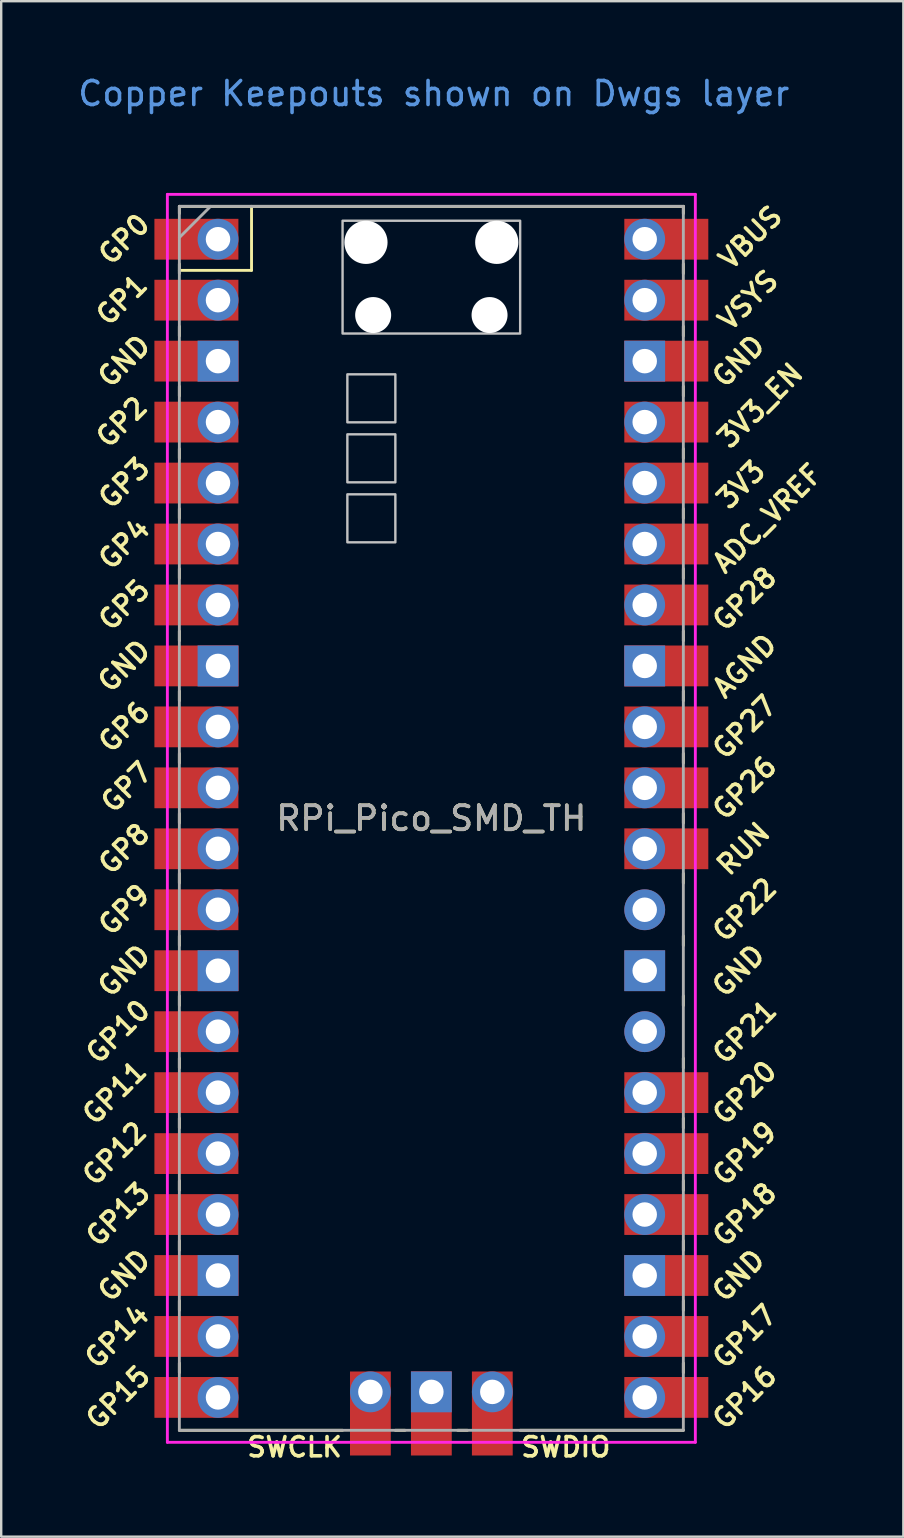
<source format=kicad_pcb>
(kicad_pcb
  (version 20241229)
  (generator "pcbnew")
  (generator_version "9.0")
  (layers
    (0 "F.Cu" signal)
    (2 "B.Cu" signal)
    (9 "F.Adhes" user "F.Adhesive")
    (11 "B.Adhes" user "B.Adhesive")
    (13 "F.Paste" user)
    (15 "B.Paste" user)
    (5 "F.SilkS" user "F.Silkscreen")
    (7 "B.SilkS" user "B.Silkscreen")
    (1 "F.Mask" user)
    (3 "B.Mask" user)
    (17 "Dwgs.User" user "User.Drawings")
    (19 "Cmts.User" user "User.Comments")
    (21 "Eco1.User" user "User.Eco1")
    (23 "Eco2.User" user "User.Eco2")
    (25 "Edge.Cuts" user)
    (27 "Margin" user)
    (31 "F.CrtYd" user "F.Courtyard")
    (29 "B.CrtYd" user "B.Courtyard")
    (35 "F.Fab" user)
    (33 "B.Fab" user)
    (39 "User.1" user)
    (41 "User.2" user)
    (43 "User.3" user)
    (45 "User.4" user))
  (footprint "RPi_Pico_SMD_TH"
    (layer "F.Cu")
    (at 14.924 31.048)
    (property "Reference" "RPi_Pico_SMD_TH" (at 0 0 0) (layer "F.SilkS") (effects (font (size 1 1) (thickness 0.15))))
    (attr through_hole)
    (fp_line (start -10.5 -25.5) (end -10.5 -25.2) (stroke (width 0.12) (type solid)) (layer "F.SilkS"))
    (fp_line (start -10.5 -25.5) (end 10.5 -25.5) (stroke (width 0.12) (type solid)) (layer "F.SilkS"))
    (fp_line (start -10.5 -23.1) (end -10.5 -22.7) (stroke (width 0.12) (type solid)) (layer "F.SilkS"))
    (fp_line (start -10.5 -22.833) (end -7.493 -22.833) (stroke (width 0.12) (type solid)) (layer "F.SilkS"))
    (fp_line (start -10.5 -20.5) (end -10.5 -20.1) (stroke (width 0.12) (type solid)) (layer "F.SilkS"))
    (fp_line (start -10.5 -18) (end -10.5 -17.6) (stroke (width 0.12) (type solid)) (layer "F.SilkS"))
    (fp_line (start -10.5 -15.4) (end -10.5 -15) (stroke (width 0.12) (type solid)) (layer "F.SilkS"))
    (fp_line (start -10.5 -12.9) (end -10.5 -12.5) (stroke (width 0.12) (type solid)) (layer "F.SilkS"))
    (fp_line (start -10.5 -10.4) (end -10.5 -10) (stroke (width 0.12) (type solid)) (layer "F.SilkS"))
    (fp_line (start -10.5 -7.8) (end -10.5 -7.4) (stroke (width 0.12) (type solid)) (layer "F.SilkS"))
    (fp_line (start -10.5 -5.3) (end -10.5 -4.9) (stroke (width 0.12) (type solid)) (layer "F.SilkS"))
    (fp_line (start -10.5 -2.7) (end -10.5 -2.3) (stroke (width 0.12) (type solid)) (layer "F.SilkS"))
    (fp_line (start -10.5 -0.2) (end -10.5 0.2) (stroke (width 0.12) (type solid)) (layer "F.SilkS"))
    (fp_line (start -10.5 2.3) (end -10.5 2.7) (stroke (width 0.12) (type solid)) (layer "F.SilkS"))
    (fp_line (start -10.5 4.9) (end -10.5 5.3) (stroke (width 0.12) (type solid)) (layer "F.SilkS"))
    (fp_line (start -10.5 7.4) (end -10.5 7.8) (stroke (width 0.12) (type solid)) (layer "F.SilkS"))
    (fp_line (start -10.5 10) (end -10.5 10.4) (stroke (width 0.12) (type solid)) (layer "F.SilkS"))
    (fp_line (start -10.5 12.5) (end -10.5 12.9) (stroke (width 0.12) (type solid)) (layer "F.SilkS"))
    (fp_line (start -10.5 15.1) (end -10.5 15.5) (stroke (width 0.12) (type solid)) (layer "F.SilkS"))
    (fp_line (start -10.5 17.6) (end -10.5 18) (stroke (width 0.12) (type solid)) (layer "F.SilkS"))
    (fp_line (start -10.5 20.1) (end -10.5 20.5) (stroke (width 0.12) (type solid)) (layer "F.SilkS"))
    (fp_line (start -10.5 22.7) (end -10.5 23.1) (stroke (width 0.12) (type solid)) (layer "F.SilkS"))
    (fp_line (start -7.493 -22.833) (end -7.493 -25.5) (stroke (width 0.12) (type solid)) (layer "F.SilkS"))
    (fp_line (start -3.7 25.5) (end -10.5 25.5) (stroke (width 0.12) (type solid)) (layer "F.SilkS"))
    (fp_line (start -1.5 25.5) (end -1.1 25.5) (stroke (width 0.12) (type solid)) (layer "F.SilkS"))
    (fp_line (start 1.1 25.5) (end 1.5 25.5) (stroke (width 0.12) (type solid)) (layer "F.SilkS"))
    (fp_line (start 10.5 -25.5) (end 10.5 -25.2) (stroke (width 0.12) (type solid)) (layer "F.SilkS"))
    (fp_line (start 10.5 -23.1) (end 10.5 -22.7) (stroke (width 0.12) (type solid)) (layer "F.SilkS"))
    (fp_line (start 10.5 -20.5) (end 10.5 -20.1) (stroke (width 0.12) (type solid)) (layer "F.SilkS"))
    (fp_line (start 10.5 -18) (end 10.5 -17.6) (stroke (width 0.12) (type solid)) (layer "F.SilkS"))
    (fp_line (start 10.5 -15.4) (end 10.5 -15) (stroke (width 0.12) (type solid)) (layer "F.SilkS"))
    (fp_line (start 10.5 -12.9) (end 10.5 -12.5) (stroke (width 0.12) (type solid)) (layer "F.SilkS"))
    (fp_line (start 10.5 -10.4) (end 10.5 -10) (stroke (width 0.12) (type solid)) (layer "F.SilkS"))
    (fp_line (start 10.5 -7.8) (end 10.5 -7.4) (stroke (width 0.12) (type solid)) (layer "F.SilkS"))
    (fp_line (start 10.5 -5.3) (end 10.5 -4.9) (stroke (width 0.12) (type solid)) (layer "F.SilkS"))
    (fp_line (start 10.5 -2.7) (end 10.5 -2.3) (stroke (width 0.12) (type solid)) (layer "F.SilkS"))
    (fp_line (start 10.5 -0.2) (end 10.5 0.2) (stroke (width 0.12) (type solid)) (layer "F.SilkS"))
    (fp_line (start 10.5 2.3) (end 10.5 2.7) (stroke (width 0.12) (type solid)) (layer "F.SilkS"))
    (fp_line (start 10.5 4.9) (end 10.5 5.3) (stroke (width 0.12) (type solid)) (layer "F.SilkS"))
    (fp_line (start 10.5 7.4) (end 10.5 7.8) (stroke (width 0.12) (type solid)) (layer "F.SilkS"))
    (fp_line (start 10.5 10) (end 10.5 10.4) (stroke (width 0.12) (type solid)) (layer "F.SilkS"))
    (fp_line (start 10.5 12.5) (end 10.5 12.9) (stroke (width 0.12) (type solid)) (layer "F.SilkS"))
    (fp_line (start 10.5 15.1) (end 10.5 15.5) (stroke (width 0.12) (type solid)) (layer "F.SilkS"))
    (fp_line (start 10.5 17.6) (end 10.5 18) (stroke (width 0.12) (type solid)) (layer "F.SilkS"))
    (fp_line (start 10.5 20.1) (end 10.5 20.5) (stroke (width 0.12) (type solid)) (layer "F.SilkS"))
    (fp_line (start 10.5 22.7) (end 10.5 23.1) (stroke (width 0.12) (type solid)) (layer "F.SilkS"))
    (fp_line (start 10.5 25.5) (end 3.7 25.5) (stroke (width 0.12) (type solid)) (layer "F.SilkS"))
    (fp_poly (pts (xy -1.5 -16.5) (xy -3.5 -16.5) (xy -3.5 -18.5) (xy -1.5 -18.5)) (stroke (width 0.1) (type solid)) (fill no) (layer "Dwgs.User"))
    (fp_poly (pts (xy -1.5 -14) (xy -3.5 -14) (xy -3.5 -16) (xy -1.5 -16)) (stroke (width 0.1) (type solid)) (fill no) (layer "Dwgs.User"))
    (fp_poly (pts (xy -1.5 -11.5) (xy -3.5 -11.5) (xy -3.5 -13.5) (xy -1.5 -13.5)) (stroke (width 0.1) (type solid)) (fill no) (layer "Dwgs.User"))
    (fp_poly (pts (xy 3.7 -20.2) (xy -3.7 -20.2) (xy -3.7 -24.9) (xy 3.7 -24.9)) (stroke (width 0.1) (type solid)) (fill no) (layer "Dwgs.User"))
    (fp_line (start -11 -26) (end 11 -26) (stroke (width 0.12) (type solid)) (layer "F.CrtYd"))
    (fp_line (start -11 26) (end -11 -26) (stroke (width 0.12) (type solid)) (layer "F.CrtYd"))
    (fp_line (start 11 -26) (end 11 26) (stroke (width 0.12) (type solid)) (layer "F.CrtYd"))
    (fp_line (start 11 26) (end -11 26) (stroke (width 0.12) (type solid)) (layer "F.CrtYd"))
    (fp_line (start -10.5 -25.5) (end 10.5 -25.5) (stroke (width 0.12) (type solid)) (layer "F.Fab"))
    (fp_line (start -10.5 -24.2) (end -9.2 -25.5) (stroke (width 0.12) (type solid)) (layer "F.Fab"))
    (fp_line (start -10.5 25.5) (end -10.5 -25.5) (stroke (width 0.12) (type solid)) (layer "F.Fab"))
    (fp_line (start 10.5 -25.5) (end 10.5 25.5) (stroke (width 0.12) (type solid)) (layer "F.Fab"))
    (fp_line (start 10.5 25.5) (end -10.5 25.5) (stroke (width 0.12) (type solid)) (layer "F.Fab"))
    (fp_text user "GP21" (at 13.054 8.9 45) (layer "F.SilkS") (effects (font (size 0.8 0.8) (thickness 0.15))))
    (fp_text user "VBUS" (at 13.3 -24.2 45) (layer "F.SilkS") (effects (font (size 0.8 0.8) (thickness 0.15))))
    (fp_text user "GND" (at 12.8 -19.05 45) (layer "F.SilkS") (effects (font (size 0.8 0.8) (thickness 0.15))))
    (fp_text user "GP0" (at -12.8 -24.13 45) (layer "F.SilkS") (effects (font (size 0.8 0.8) (thickness 0.15))))
    (fp_text user "GP8" (at -12.8 1.27 45) (layer "F.SilkS") (effects (font (size 0.8 0.8) (thickness 0.15))))
    (fp_text user "GP18" (at 13.054 16.51 45) (layer "F.SilkS") (effects (font (size 0.8 0.8) (thickness 0.15))))
    (fp_text user "GP22" (at 13.054 3.81 45) (layer "F.SilkS") (effects (font (size 0.8 0.8) (thickness 0.15))))
    (fp_text user "GP19" (at 13.054 13.97 45) (layer "F.SilkS") (effects (font (size 0.8 0.8) (thickness 0.15))))
    (fp_text user "GP11" (at -13.2 11.43 45) (layer "F.SilkS") (effects (font (size 0.8 0.8) (thickness 0.15))))
    (fp_text user "GP20" (at 13.054 11.43 45) (layer "F.SilkS") (effects (font (size 0.8 0.8) (thickness 0.15))))
    (fp_text user "GP16" (at 13.054 24.13 45) (layer "F.SilkS") (effects (font (size 0.8 0.8) (thickness 0.15))))
    (fp_text user "3V3" (at 12.9 -13.9 45) (layer "F.SilkS") (effects (font (size 0.8 0.8) (thickness 0.15))))
    (fp_text user "GND" (at 12.8 6.35 45) (layer "F.SilkS") (effects (font (size 0.8 0.8) (thickness 0.15))))
    (fp_text user "GP9" (at -12.8 3.81 45) (layer "F.SilkS") (effects (font (size 0.8 0.8) (thickness 0.15))))
    (fp_text user "GND" (at -12.8 -6.35 45) (layer "F.SilkS") (effects (font (size 0.8 0.8) (thickness 0.15))))
    (fp_text user "SWDIO" (at 5.6 26.2 0) (layer "F.SilkS") (effects (font (size 0.8 0.8) (thickness 0.15))))
    (fp_text user "GP6" (at -12.8 -3.81 45) (layer "F.SilkS") (effects (font (size 0.8 0.8) (thickness 0.15))))
    (fp_text user "GP5" (at -12.8 -8.89 45) (layer "F.SilkS") (effects (font (size 0.8 0.8) (thickness 0.15))))
    (fp_text user "ADC_VREF" (at 14 -12.5 45) (layer "F.SilkS") (effects (font (size 0.8 0.8) (thickness 0.15))))
    (fp_text user "RUN" (at 13 1.27 45) (layer "F.SilkS") (effects (font (size 0.8 0.8) (thickness 0.15))))
    (fp_text user "GP7" (at -12.7 -1.3 45) (layer "F.SilkS") (effects (font (size 0.8 0.8) (thickness 0.15))))
    (fp_text user "GP10" (at -13.054 8.89 45) (layer "F.SilkS") (effects (font (size 0.8 0.8) (thickness 0.15))))
    (fp_text user "SWCLK" (at -5.7 26.2 0) (layer "F.SilkS") (effects (font (size 0.8 0.8) (thickness 0.15))))
    (fp_text user "GP2" (at -12.9 -16.51 45) (layer "F.SilkS") (effects (font (size 0.8 0.8) (thickness 0.15))))
    (fp_text user "AGND" (at 13.054 -6.35 45) (layer "F.SilkS") (effects (font (size 0.8 0.8) (thickness 0.15))))
    (fp_text user "3V3_EN" (at 13.7 -17.2 45) (layer "F.SilkS") (effects (font (size 0.8 0.8) (thickness 0.15))))
    (fp_text user "GP14" (at -13.1 21.59 45) (layer "F.SilkS") (effects (font (size 0.8 0.8) (thickness 0.15))))
    (fp_text user "GP15" (at -13.054 24.13 45) (layer "F.SilkS") (effects (font (size 0.8 0.8) (thickness 0.15))))
    (fp_text user "GP13" (at -13.054 16.51 45) (layer "F.SilkS") (effects (font (size 0.8 0.8) (thickness 0.15))))
    (fp_text user "GND" (at -12.8 6.35 45) (layer "F.SilkS") (effects (font (size 0.8 0.8) (thickness 0.15))))
    (fp_text user "GND" (at -12.8 19.05 45) (layer "F.SilkS") (effects (font (size 0.8 0.8) (thickness 0.15))))
    (fp_text user "GP12" (at -13.2 13.97 45) (layer "F.SilkS") (effects (font (size 0.8 0.8) (thickness 0.15))))
    (fp_text user "VSYS" (at 13.2 -21.59 45) (layer "F.SilkS") (effects (font (size 0.8 0.8) (thickness 0.15))))
    (fp_text user "GP17" (at 13.054 21.59 45) (layer "F.SilkS") (effects (font (size 0.8 0.8) (thickness 0.15))))
    (fp_text user "GP3" (at -12.8 -13.97 45) (layer "F.SilkS") (effects (font (size 0.8 0.8) (thickness 0.15))))
    (fp_text user "GP1" (at -12.9 -21.6 45) (layer "F.SilkS") (effects (font (size 0.8 0.8) (thickness 0.15))))
    (fp_text user "GP26" (at 13.054 -1.27 45) (layer "F.SilkS") (effects (font (size 0.8 0.8) (thickness 0.15))))
    (fp_text user "GP4" (at -12.8 -11.43 45) (layer "F.SilkS") (effects (font (size 0.8 0.8) (thickness 0.15))))
    (fp_text user "GP28" (at 13.054 -9.144 45) (layer "F.SilkS") (effects (font (size 0.8 0.8) (thickness 0.15))))
    (fp_text user "GND" (at -12.8 -19.05 45) (layer "F.SilkS") (effects (font (size 0.8 0.8) (thickness 0.15))))
    (fp_text user "GP27" (at 13.054 -3.8 45) (layer "F.SilkS") (effects (font (size 0.8 0.8) (thickness 0.15))))
    (fp_text user "GND" (at 12.8 19.05 45) (layer "F.SilkS") (effects (font (size 0.8 0.8) (thickness 0.15))))
    (fp_text user "Copper Keepouts shown on Dwgs layer" (at 0.1 -30.2 0) (layer "Cmts.User") (effects (font (size 1 1) (thickness 0.15))))
    (fp_text user "${REFERENCE}" (at 0 0 180) (layer "F.Fab") (effects (font (size 1 1) (thickness 0.15))))
    (pad "" np_thru_hole oval (at -2.725 -24) (size 1.8 1.8) (drill 1.8) (layers "*.Cu" "*.Mask"))
    (pad "" np_thru_hole oval (at -2.425 -20.97) (size 1.5 1.5) (drill 1.5) (layers "*.Cu" "*.Mask"))
    (pad "" np_thru_hole oval (at 2.425 -20.97) (size 1.5 1.5) (drill 1.5) (layers "*.Cu" "*.Mask"))
    (pad "" np_thru_hole oval (at 2.725 -24) (size 1.8 1.8) (drill 1.8) (layers "*.Cu" "*.Mask"))
    (pad "1" thru_hole oval (at -8.89 -24.13) (size 1.7 1.7) (drill 1.02) (layers "*.Cu" "*.Mask"))
    (pad "1" smd rect (at -8.89 -24.13) (size 3.5 1.7) (drill (offset -0.9 0)) (layers "F.Cu" "F.Mask"))
    (pad "2" thru_hole oval (at -8.89 -21.59) (size 1.7 1.7) (drill 1.02) (layers "*.Cu" "*.Mask"))
    (pad "2" smd rect (at -8.89 -21.59) (size 3.5 1.7) (drill (offset -0.9 0)) (layers "F.Cu" "F.Mask"))
    (pad "3" thru_hole rect (at -8.89 -19.05) (size 1.7 1.7) (drill 1.02) (layers "*.Cu" "*.Mask"))
    (pad "3" smd rect (at -8.89 -19.05) (size 3.5 1.7) (drill (offset -0.9 0)) (layers "F.Cu" "F.Mask"))
    (pad "4" thru_hole oval (at -8.89 -16.51) (size 1.7 1.7) (drill 1.02) (layers "*.Cu" "*.Mask"))
    (pad "4" smd rect (at -8.89 -16.51) (size 3.5 1.7) (drill (offset -0.9 0)) (layers "F.Cu" "F.Mask"))
    (pad "5" thru_hole oval (at -8.89 -13.97) (size 1.7 1.7) (drill 1.02) (layers "*.Cu" "*.Mask"))
    (pad "5" smd rect (at -8.89 -13.97) (size 3.5 1.7) (drill (offset -0.9 0)) (layers "F.Cu" "F.Mask"))
    (pad "6" thru_hole oval (at -8.89 -11.43) (size 1.7 1.7) (drill 1.02) (layers "*.Cu" "*.Mask"))
    (pad "6" smd rect (at -8.89 -11.43) (size 3.5 1.7) (drill (offset -0.9 0)) (layers "F.Cu" "F.Mask"))
    (pad "7" thru_hole oval (at -8.89 -8.89) (size 1.7 1.7) (drill 1.02) (layers "*.Cu" "*.Mask"))
    (pad "7" smd rect (at -8.89 -8.89) (size 3.5 1.7) (drill (offset -0.9 0)) (layers "F.Cu" "F.Mask"))
    (pad "8" thru_hole rect (at -8.89 -6.35) (size 1.7 1.7) (drill 1.02) (layers "*.Cu" "*.Mask"))
    (pad "8" smd rect (at -8.89 -6.35) (size 3.5 1.7) (drill (offset -0.9 0)) (layers "F.Cu" "F.Mask"))
    (pad "9" thru_hole oval (at -8.89 -3.81) (size 1.7 1.7) (drill 1.02) (layers "*.Cu" "*.Mask"))
    (pad "9" smd rect (at -8.89 -3.81) (size 3.5 1.7) (drill (offset -0.9 0)) (layers "F.Cu" "F.Mask"))
    (pad "10" thru_hole oval (at -8.89 -1.27) (size 1.7 1.7) (drill 1.02) (layers "*.Cu" "*.Mask"))
    (pad "10" smd rect (at -8.89 -1.27) (size 3.5 1.7) (drill (offset -0.9 0)) (layers "F.Cu" "F.Mask"))
    (pad "11" thru_hole oval (at -8.89 1.27) (size 1.7 1.7) (drill 1.02) (layers "*.Cu" "*.Mask"))
    (pad "11" smd rect (at -8.89 1.27) (size 3.5 1.7) (drill (offset -0.9 0)) (layers "F.Cu" "F.Mask"))
    (pad "12" thru_hole oval (at -8.89 3.81) (size 1.7 1.7) (drill 1.02) (layers "*.Cu" "*.Mask"))
    (pad "12" smd rect (at -8.89 3.81) (size 3.5 1.7) (drill (offset -0.9 0)) (layers "F.Cu" "F.Mask"))
    (pad "13" thru_hole rect (at -8.89 6.35) (size 1.7 1.7) (drill 1.02) (layers "*.Cu" "*.Mask"))
    (pad "13" smd rect (at -8.89 6.35) (size 3.5 1.7) (drill (offset -0.9 0)) (layers "F.Cu" "F.Mask"))
    (pad "14" thru_hole oval (at -8.89 8.89) (size 1.7 1.7) (drill 1.02) (layers "*.Cu" "*.Mask"))
    (pad "14" smd rect (at -8.89 8.89) (size 3.5 1.7) (drill (offset -0.9 0)) (layers "F.Cu" "F.Mask"))
    (pad "15" thru_hole oval (at -8.89 11.43) (size 1.7 1.7) (drill 1.02) (layers "*.Cu" "*.Mask"))
    (pad "15" smd rect (at -8.89 11.43) (size 3.5 1.7) (drill (offset -0.9 0)) (layers "F.Cu" "F.Mask"))
    (pad "16" thru_hole oval (at -8.89 13.97) (size 1.7 1.7) (drill 1.02) (layers "*.Cu" "*.Mask"))
    (pad "16" smd rect (at -8.89 13.97) (size 3.5 1.7) (drill (offset -0.9 0)) (layers "F.Cu" "F.Mask"))
    (pad "17" thru_hole oval (at -8.89 16.51) (size 1.7 1.7) (drill 1.02) (layers "*.Cu" "*.Mask"))
    (pad "17" smd rect (at -8.89 16.51) (size 3.5 1.7) (drill (offset -0.9 0)) (layers "F.Cu" "F.Mask"))
    (pad "18" thru_hole rect (at -8.89 19.05) (size 1.7 1.7) (drill 1.02) (layers "*.Cu" "*.Mask"))
    (pad "18" smd rect (at -8.89 19.05) (size 3.5 1.7) (drill (offset -0.9 0)) (layers "F.Cu" "F.Mask"))
    (pad "19" thru_hole oval (at -8.89 21.59) (size 1.7 1.7) (drill 1.02) (layers "*.Cu" "*.Mask"))
    (pad "19" smd rect (at -8.89 21.59) (size 3.5 1.7) (drill (offset -0.9 0)) (layers "F.Cu" "F.Mask"))
    (pad "20" thru_hole oval (at -8.89 24.13) (size 1.7 1.7) (drill 1.02) (layers "*.Cu" "*.Mask"))
    (pad "20" smd rect (at -8.89 24.13) (size 3.5 1.7) (drill (offset -0.9 0)) (layers "F.Cu" "F.Mask"))
    (pad "21" thru_hole oval (at 8.89 24.13) (size 1.7 1.7) (drill 1.02) (layers "*.Cu" "*.Mask"))
    (pad "21" smd rect (at 8.89 24.13) (size 3.5 1.7) (drill (offset 0.9 0)) (layers "F.Cu" "F.Mask"))
    (pad "22" thru_hole oval (at 8.89 21.59) (size 1.7 1.7) (drill 1.02) (layers "*.Cu" "*.Mask"))
    (pad "22" smd rect (at 8.89 21.59) (size 3.5 1.7) (drill (offset 0.9 0)) (layers "F.Cu" "F.Mask"))
    (pad "23" thru_hole rect (at 8.89 19.05) (size 1.7 1.7) (drill 1.02) (layers "*.Cu" "*.Mask"))
    (pad "23" smd rect (at 8.89 19.05) (size 3.5 1.7) (drill (offset 0.9 0)) (layers "F.Cu" "F.Mask"))
    (pad "24" thru_hole oval (at 8.89 16.51) (size 1.7 1.7) (drill 1.02) (layers "*.Cu" "*.Mask"))
    (pad "24" smd rect (at 8.89 16.51) (size 3.5 1.7) (drill (offset 0.9 0)) (layers "F.Cu" "F.Mask"))
    (pad "25" thru_hole oval (at 8.89 13.97) (size 1.7 1.7) (drill 1.02) (layers "*.Cu" "*.Mask"))
    (pad "25" smd rect (at 8.89 13.97) (size 3.5 1.7) (drill (offset 0.9 0)) (layers "F.Cu" "F.Mask"))
    (pad "26" thru_hole oval (at 8.89 11.43) (size 1.7 1.7) (drill 1.02) (layers "*.Cu" "*.Mask"))
    (pad "26" smd rect (at 8.89 11.43) (size 3.5 1.7) (drill (offset 0.9 0)) (layers "F.Cu" "F.Mask"))
    (pad "27" thru_hole oval (at 8.89 8.89) (size 1.7 1.7) (drill 1.02) (layers "*.Cu" "*.Mask"))
    (pad "28" thru_hole rect (at 8.89 6.35) (size 1.7 1.7) (drill 1.02) (layers "*.Cu" "*.Mask"))
    (pad "29" thru_hole oval (at 8.89 3.81) (size 1.7 1.7) (drill 1.02) (layers "*.Cu" "*.Mask"))
    (pad "30" thru_hole oval (at 8.89 1.27) (size 1.7 1.7) (drill 1.02) (layers "*.Cu" "*.Mask"))
    (pad "30" smd rect (at 8.89 1.27) (size 3.5 1.7) (drill (offset 0.9 0)) (layers "F.Cu" "F.Mask"))
    (pad "31" thru_hole oval (at 8.89 -1.27) (size 1.7 1.7) (drill 1.02) (layers "*.Cu" "*.Mask"))
    (pad "31" smd rect (at 8.89 -1.27) (size 3.5 1.7) (drill (offset 0.9 0)) (layers "F.Cu" "F.Mask"))
    (pad "32" thru_hole oval (at 8.89 -3.81) (size 1.7 1.7) (drill 1.02) (layers "*.Cu" "*.Mask"))
    (pad "32" smd rect (at 8.89 -3.81) (size 3.5 1.7) (drill (offset 0.9 0)) (layers "F.Cu" "F.Mask"))
    (pad "33" thru_hole rect (at 8.89 -6.35) (size 1.7 1.7) (drill 1.02) (layers "*.Cu" "*.Mask"))
    (pad "33" smd rect (at 8.89 -6.35) (size 3.5 1.7) (drill (offset 0.9 0)) (layers "F.Cu" "F.Mask"))
    (pad "34" thru_hole oval (at 8.89 -8.89) (size 1.7 1.7) (drill 1.02) (layers "*.Cu" "*.Mask"))
    (pad "34" smd rect (at 8.89 -8.89) (size 3.5 1.7) (drill (offset 0.9 0)) (layers "F.Cu" "F.Mask"))
    (pad "35" thru_hole oval (at 8.89 -11.43) (size 1.7 1.7) (drill 1.02) (layers "*.Cu" "*.Mask"))
    (pad "35" smd rect (at 8.89 -11.43) (size 3.5 1.7) (drill (offset 0.9 0)) (layers "F.Cu" "F.Mask"))
    (pad "36" thru_hole oval (at 8.89 -13.97) (size 1.7 1.7) (drill 1.02) (layers "*.Cu" "*.Mask"))
    (pad "36" smd rect (at 8.89 -13.97) (size 3.5 1.7) (drill (offset 0.9 0)) (layers "F.Cu" "F.Mask"))
    (pad "37" thru_hole oval (at 8.89 -16.51) (size 1.7 1.7) (drill 1.02) (layers "*.Cu" "*.Mask"))
    (pad "37" smd rect (at 8.89 -16.51) (size 3.5 1.7) (drill (offset 0.9 0)) (layers "F.Cu" "F.Mask"))
    (pad "38" thru_hole rect (at 8.89 -19.05) (size 1.7 1.7) (drill 1.02) (layers "*.Cu" "*.Mask"))
    (pad "38" smd rect (at 8.89 -19.05) (size 3.5 1.7) (drill (offset 0.9 0)) (layers "F.Cu" "F.Mask"))
    (pad "39" thru_hole oval (at 8.89 -21.59) (size 1.7 1.7) (drill 1.02) (layers "*.Cu" "*.Mask"))
    (pad "39" smd rect (at 8.89 -21.59) (size 3.5 1.7) (drill (offset 0.9 0)) (layers "F.Cu" "F.Mask"))
    (pad "40" thru_hole oval (at 8.89 -24.13) (size 1.7 1.7) (drill 1.02) (layers "*.Cu" "*.Mask"))
    (pad "40" smd rect (at 8.89 -24.13) (size 3.5 1.7) (drill (offset 0.9 0)) (layers "F.Cu" "F.Mask"))
    (pad "41" thru_hole oval (at -2.54 23.9) (size 1.7 1.7) (drill 1.02) (layers "*.Cu" "*.Mask"))
    (pad "41" smd rect (at -2.54 23.9 90) (size 3.5 1.7) (drill (offset -0.9 0)) (layers "F.Cu" "F.Mask"))
    (pad "42" thru_hole rect (at 0 23.9) (size 1.7 1.7) (drill 1.02) (layers "*.Cu" "*.Mask"))
    (pad "42" smd rect (at 0 23.9 90) (size 3.5 1.7) (drill (offset -0.9 0)) (layers "F.Cu" "F.Mask"))
    (pad "43" thru_hole oval (at 2.54 23.9) (size 1.7 1.7) (drill 1.02) (layers "*.Cu" "*.Mask"))
    (pad "43" smd rect (at 2.54 23.9 90) (size 3.5 1.7) (drill (offset -0.9 0)) (layers "F.Cu" "F.Mask")))
  (gr_rect
    (start -3 -3)
    (end 34.591 60.98)
    (stroke (width 0.1) (type default))
    (fill no)
    (layer "Edge.Cuts")))
</source>
